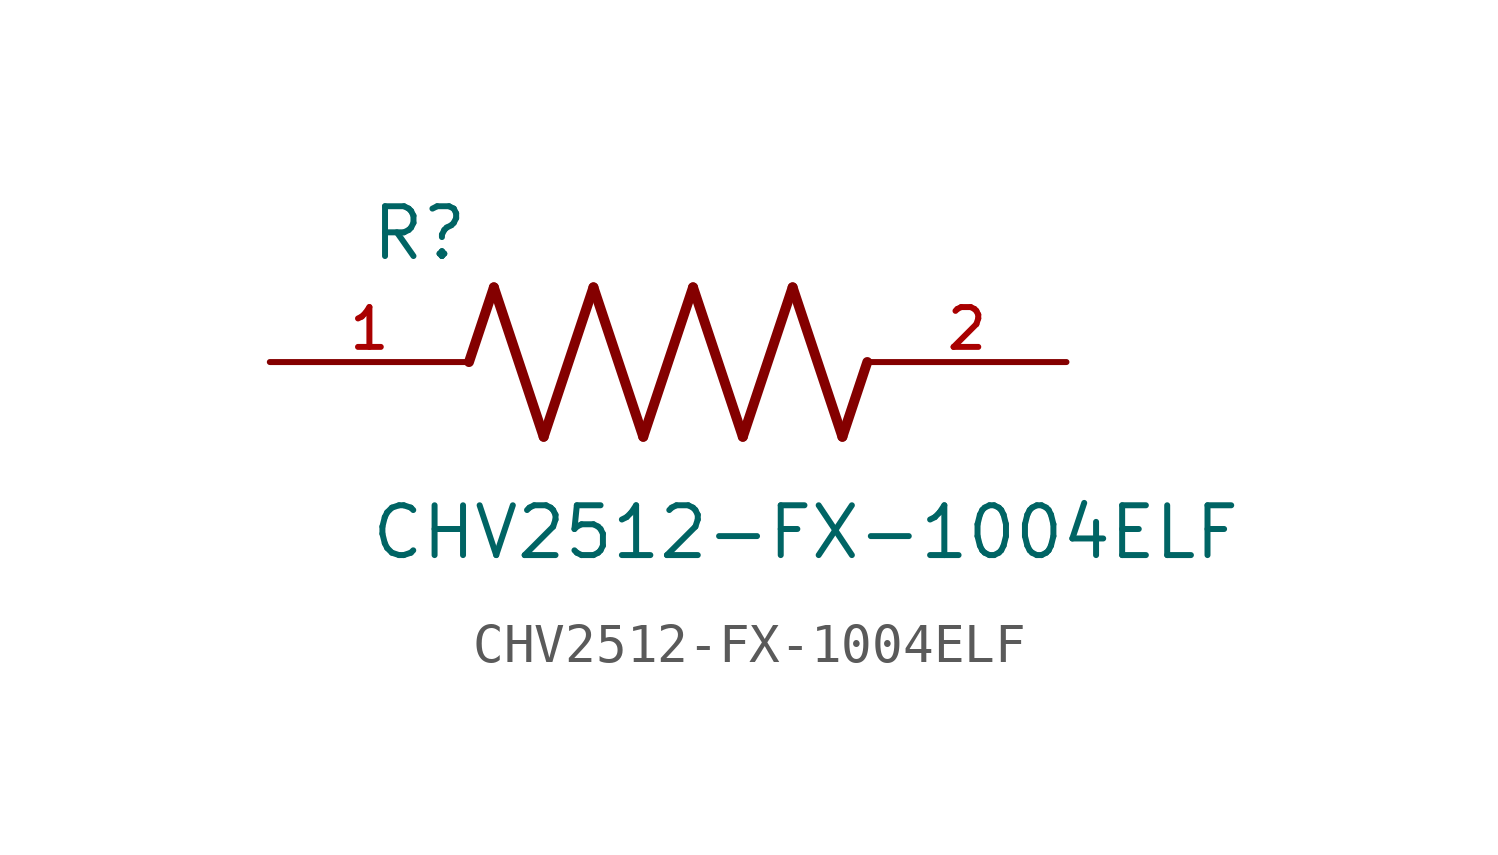
<source format=kicad_sym>
(kicad_symbol_lib
  (version 20211014)
  (generator kicad_symbol_editor)
  (symbol "CHV2512-FX-1004ELF"
    (pin_names
      (offset 1.016))
    (property "Reference" "R"
      (at -7.624 2.541 0)
      (effects (font (size 1.27 1.27)) (justify bottom left)))
    (property "Value" "CHV2512-FX-1004ELF"
      (at -7.63 -5.087 0)
      (effects (font (size 1.27 1.27)) (justify bottom left)))
    (symbol "CHV2512-FX-1004ELF_0_0"
      (polyline (pts (xy -5.08 0.0) (xy -4.445 1.905)) (stroke (width 0.254)))
      (polyline (pts (xy -4.445 1.905) (xy -3.175 -1.905)) (stroke (width 0.254)))
      (polyline (pts (xy -3.175 -1.905) (xy -1.905 1.905)) (stroke (width 0.254)))
      (polyline (pts (xy -1.905 1.905) (xy -0.635 -1.905)) (stroke (width 0.254)))
      (polyline (pts (xy -0.635 -1.905) (xy 0.635 1.905)) (stroke (width 0.254)))
      (polyline (pts (xy 0.635 1.905) (xy 1.905 -1.905)) (stroke (width 0.254)))
      (polyline (pts (xy 1.905 -1.905) (xy 3.175 1.905)) (stroke (width 0.254)))
      (polyline (pts (xy 3.175 1.905) (xy 4.445 -1.905)) (stroke (width 0.254)))
      (polyline (pts (xy 4.445 -1.905) (xy 5.08 0.0)) (stroke (width 0.254)))
      (pin passive line (at -10.16 0.0 0) (length 5.08) (name "~" (effects (font (size 1.016 1.016)))) (number "1" (effects (font (size 1.016 1.016)))))
      (pin passive line (at 10.16 0.0 180.0) (length 5.08) (name "~" (effects (font (size 1.016 1.016)))) (number "2" (effects (font (size 1.016 1.016))))))))
</source>
